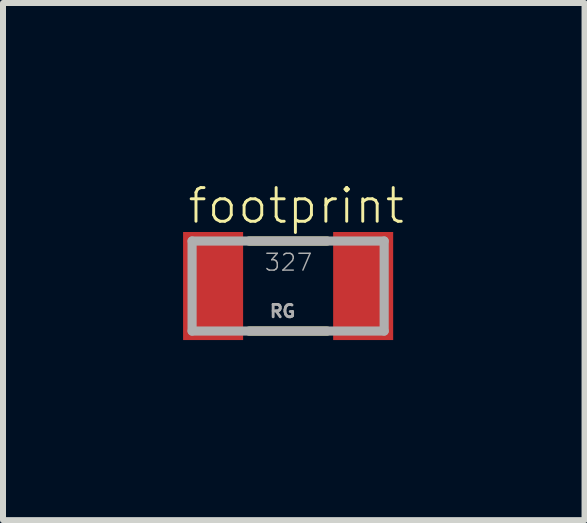
<source format=kicad_pcb>
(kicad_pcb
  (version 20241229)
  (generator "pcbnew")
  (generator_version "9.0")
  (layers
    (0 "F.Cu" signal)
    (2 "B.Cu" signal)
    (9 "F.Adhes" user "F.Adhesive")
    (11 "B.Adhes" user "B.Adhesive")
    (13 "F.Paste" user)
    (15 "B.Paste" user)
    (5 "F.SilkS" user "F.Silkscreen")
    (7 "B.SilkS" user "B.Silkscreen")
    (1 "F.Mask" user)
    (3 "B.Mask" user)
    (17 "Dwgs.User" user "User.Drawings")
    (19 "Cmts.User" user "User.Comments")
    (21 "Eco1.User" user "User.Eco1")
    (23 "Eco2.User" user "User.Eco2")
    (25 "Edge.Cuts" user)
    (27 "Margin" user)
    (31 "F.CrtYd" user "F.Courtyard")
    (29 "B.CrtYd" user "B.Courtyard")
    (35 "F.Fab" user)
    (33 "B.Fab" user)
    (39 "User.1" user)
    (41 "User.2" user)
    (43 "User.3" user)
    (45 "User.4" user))
  (footprint "footprint"
    (layer "F.Cu")
    (at 1.75 1.715)
    (property "Reference" "footprint" (at -1.701 -1.008 0) (layer "F.SilkS") (effects (font (size 0.561 0.561) (thickness 0.049)) (justify left bottom)))
    (fp_line (start -0.65 -0.75) (end 0.65 -0.75) (stroke (width 0.152) (type solid)) (layer "F.SilkS"))
    (fp_line (start -0.65 0.75) (end 0.65 0.75) (stroke (width 0.152) (type solid)) (layer "F.SilkS"))
    (fp_line (start -1.6 -0.75) (end -1.6 0.75) (stroke (width 0.152) (type solid)) (layer "F.Fab"))
    (fp_line (start -1.6 0.75) (end 1.6 0.75) (stroke (width 0.152) (type solid)) (layer "F.Fab"))
    (fp_line (start 1.6 -0.75) (end -1.6 -0.75) (stroke (width 0.152) (type solid)) (layer "F.Fab"))
    (fp_line (start 1.6 0.75) (end 1.6 -0.75) (stroke (width 0.152) (type solid)) (layer "F.Fab"))
    (fp_text user "327" (at -0.41 -0.23 0) (layer "F.Fab") (effects (font (size 0.28 0.28) (thickness 0.024)) (justify left bottom)))
    (fp_text user "RG" (at -0.33 0.54 0) (layer "F.Fab") (effects (font (size 0.206 0.206) (thickness 0.048)) (justify left bottom)))
    (pad "1" smd rect (at -1.25 0) (size 1 1.8) (layers "F.Cu" "F.Mask" "F.Paste"))
    (pad "2" smd rect (at 1.25 0) (size 1 1.8) (layers "F.Cu" "F.Mask" "F.Paste")))
  (gr_rect
    (start -3 -3)
    (end 6.688 5.615)
    (stroke (width 0.1) (type default))
    (fill no)
    (layer "Edge.Cuts")))
</source>
